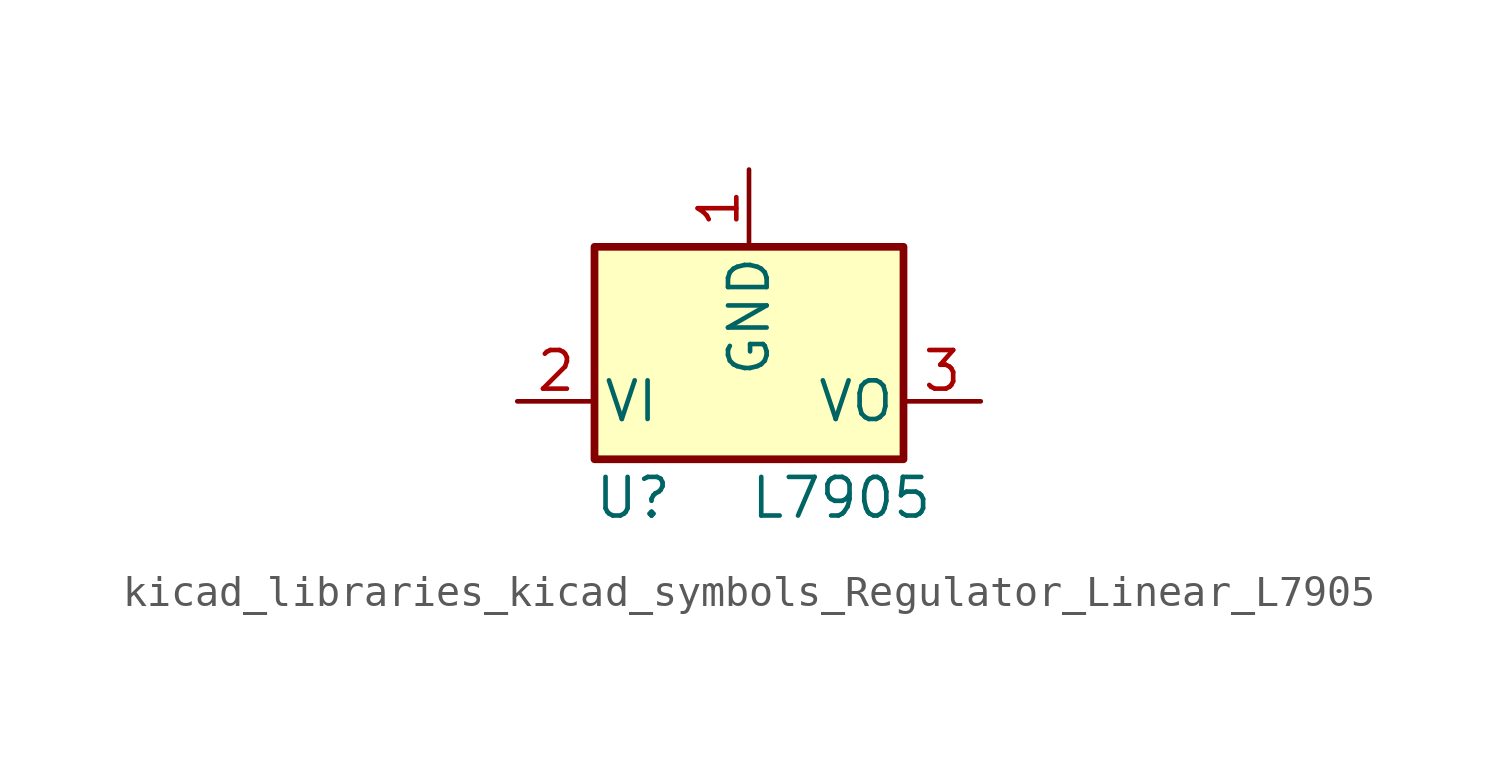
<source format=kicad_sym>
(kicad_symbol_lib
  (version 20220914)
  (generator kicad_symbol_editor)
  (symbol "kicad_libraries_kicad_symbols_Regulator_Linear_L7905"
    (pin_names
      (offset 0.254))
    (property "Reference" "U"
      (at -3.81 -3.175 0)
      (effects (font (size 1.27 1.27))))
    (property "Value" "L7905"
      (at 0 -3.175 0)
      (effects (font (size 1.27 1.27)) (justify left)))
    (symbol "kicad_libraries_kicad_symbols_Regulator_Linear_L7905_0_1"
      (rectangle (start -5.08 5.08) (end 5.08 -1.905) (stroke (width 0.254) (type default)) (fill (type background))))
    (symbol "kicad_libraries_kicad_symbols_Regulator_Linear_L7905_1_1"
      (pin power_in line (at 0 7.62 270) (length 2.54) (name "GND" (effects (font (size 1.27 1.27)))) (number "1" (effects (font (size 1.27 1.27)))))
      (pin power_in line (at -7.62 0 0) (length 2.54) (name "VI" (effects (font (size 1.27 1.27)))) (number "2" (effects (font (size 1.27 1.27)))))
      (pin power_out line (at 7.62 0 180) (length 2.54) (name "VO" (effects (font (size 1.27 1.27)))) (number "3" (effects (font (size 1.27 1.27))))))))
</source>
